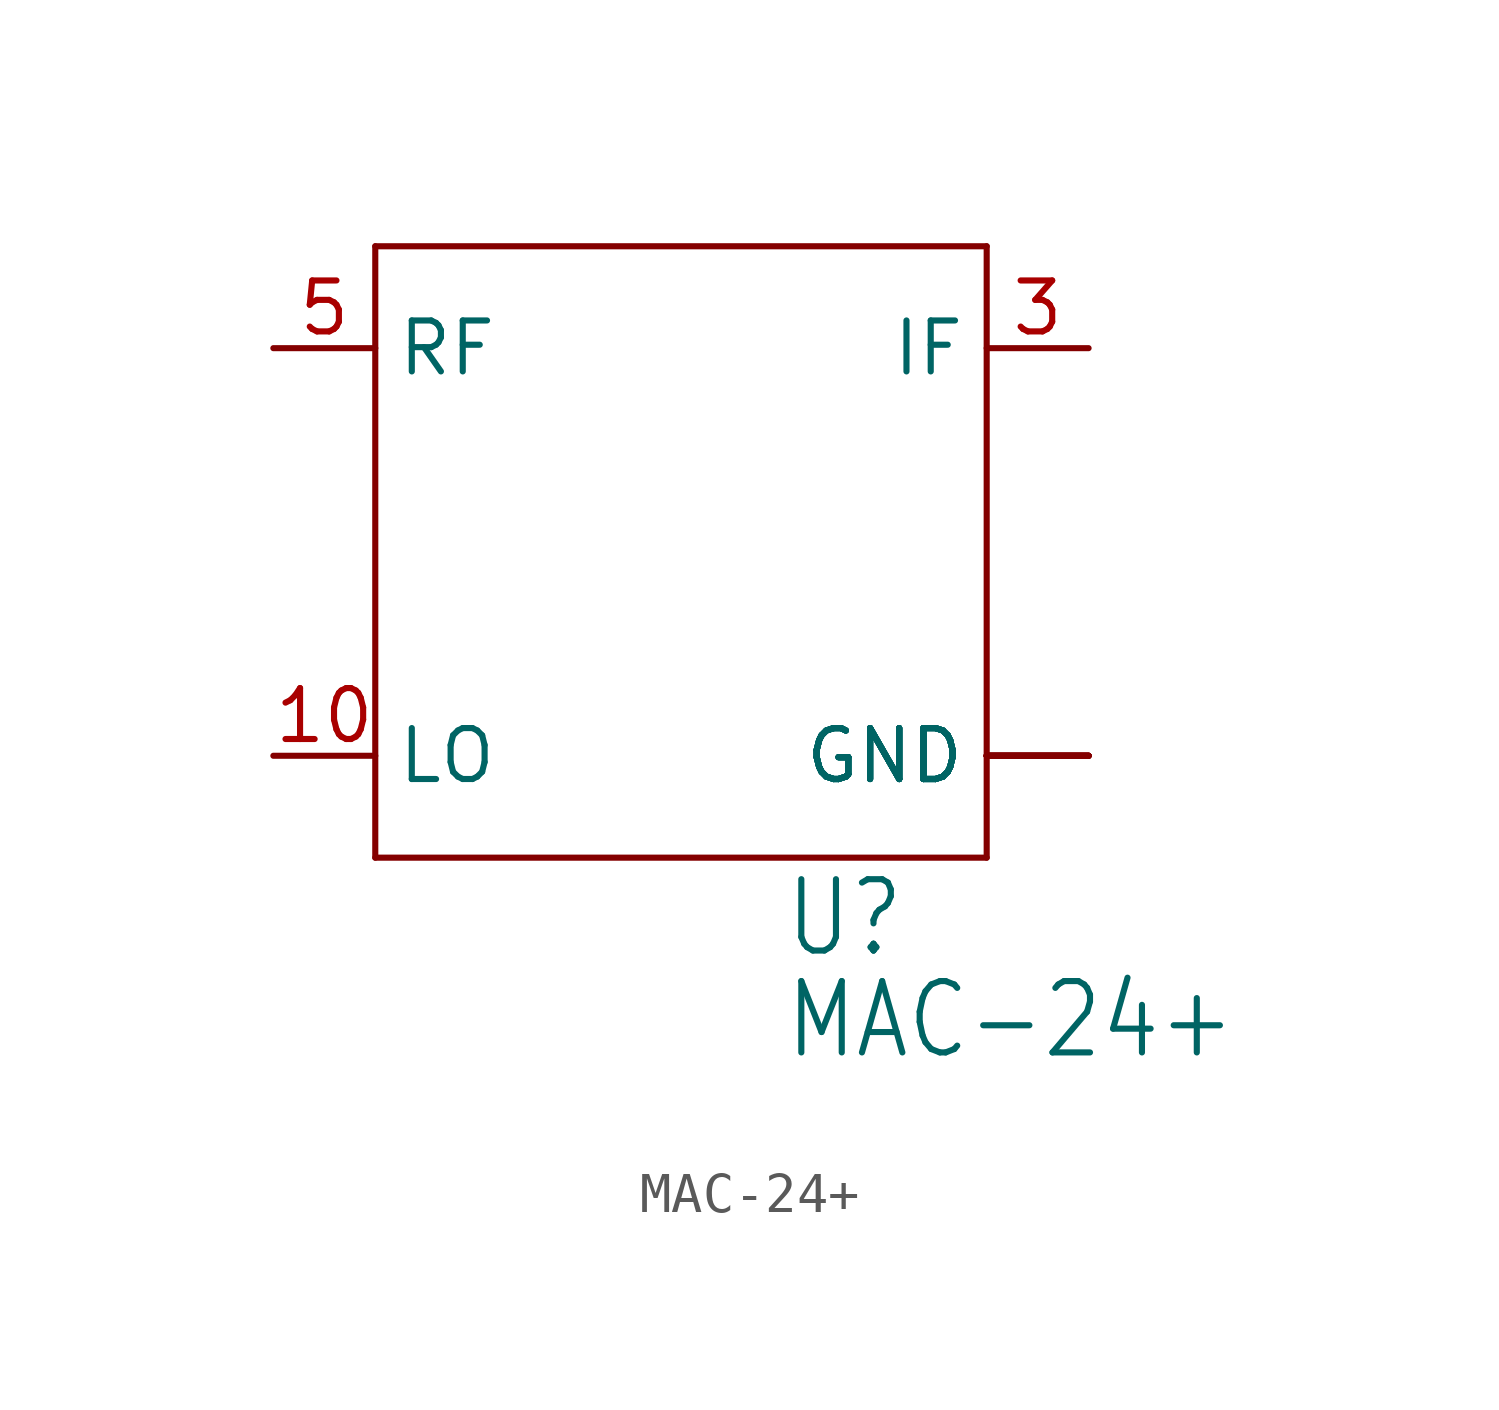
<source format=kicad_sym>
(kicad_symbol_lib
  (version 20211014)
  (generator kicad_symbol_editor)
  (symbol "MAC-24+"
    (property "Reference" "U"
      (at 2.54 -10.16 0)
      (effects (font (size 1.778 1.511)) (justify left bottom)))
    (property "Value" "MAC-24+"
      (at 2.54 -12.7 0)
      (effects (font (size 1.778 1.511)) (justify left bottom)))
    (property "ki_locked" ""
      (at 0 0 0)
      (effects (font (size 1.27 1.27))))
    (symbol "MAC-24+_1_0"
      (polyline (pts (xy -7.62 -7.62) (xy 7.62 -7.62)) (stroke (width 0.152) (type default) (color 0 0 0 0)) (fill (type none)))
      (polyline (pts (xy -7.62 7.62) (xy -7.62 -7.62)) (stroke (width 0.152) (type default) (color 0 0 0 0)) (fill (type none)))
      (polyline (pts (xy 7.62 -7.62) (xy 7.62 7.62)) (stroke (width 0.152) (type default) (color 0 0 0 0)) (fill (type none)))
      (polyline (pts (xy 7.62 7.62) (xy -7.62 7.62)) (stroke (width 0.152) (type default) (color 0 0 0 0)) (fill (type none)))
      (pin power_in line (at 10.16 -5.08 180) (length 2.54) (name "GND" (effects (font (size 1.27 1.27)))) (number "1" (effects (font (size 0 0)))))
      (pin input line (at -10.16 -5.08 0) (length 2.54) (name "LO" (effects (font (size 1.27 1.27)))) (number "10" (effects (font (size 1.27 1.27)))))
      (pin power_in line (at 10.16 -5.08 180) (length 2.54) (name "GND" (effects (font (size 1.27 1.27)))) (number "2" (effects (font (size 0 0)))))
      (pin output line (at 10.16 5.08 180) (length 2.54) (name "IF" (effects (font (size 1.27 1.27)))) (number "3" (effects (font (size 1.27 1.27)))))
      (pin power_in line (at 10.16 -5.08 180) (length 2.54) (name "GND" (effects (font (size 1.27 1.27)))) (number "4" (effects (font (size 0 0)))))
      (pin input line (at -10.16 5.08 0) (length 2.54) (name "RF" (effects (font (size 1.27 1.27)))) (number "5" (effects (font (size 1.27 1.27)))))
      (pin power_in line (at 10.16 -5.08 180) (length 2.54) (name "GND" (effects (font (size 1.27 1.27)))) (number "6" (effects (font (size 0 0)))))
      (pin power_in line (at 10.16 -5.08 180) (length 2.54) (name "GND" (effects (font (size 1.27 1.27)))) (number "7" (effects (font (size 0 0)))))
      (pin power_in line (at 10.16 -5.08 180) (length 2.54) (name "GND" (effects (font (size 1.27 1.27)))) (number "8" (effects (font (size 0 0)))))
      (pin power_in line (at 10.16 -5.08 180) (length 2.54) (name "GND" (effects (font (size 1.27 1.27)))) (number "9" (effects (font (size 0 0))))))))
</source>
